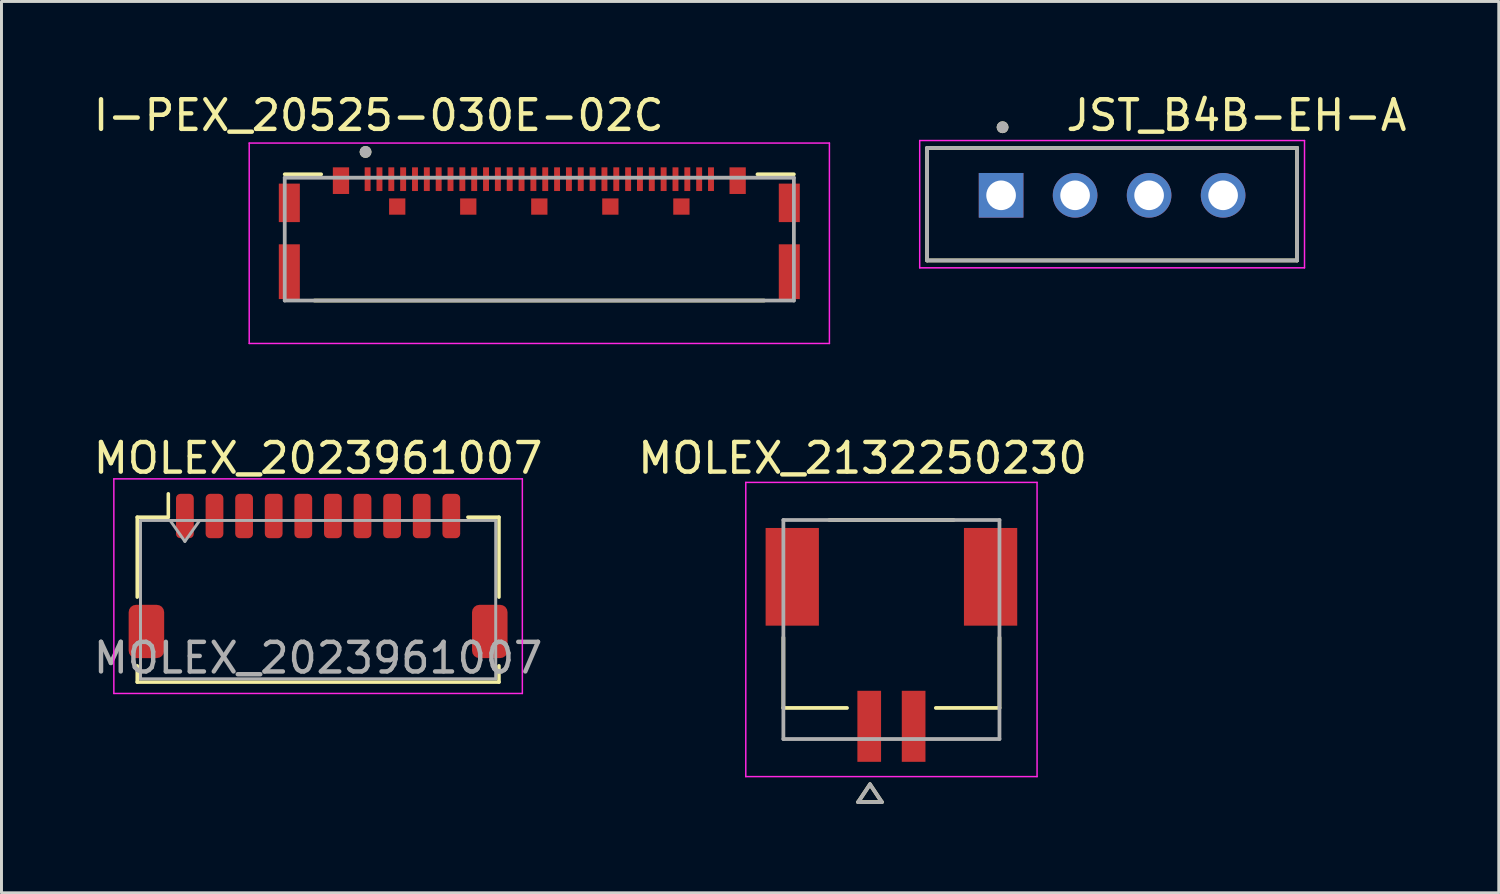
<source format=kicad_pcb>
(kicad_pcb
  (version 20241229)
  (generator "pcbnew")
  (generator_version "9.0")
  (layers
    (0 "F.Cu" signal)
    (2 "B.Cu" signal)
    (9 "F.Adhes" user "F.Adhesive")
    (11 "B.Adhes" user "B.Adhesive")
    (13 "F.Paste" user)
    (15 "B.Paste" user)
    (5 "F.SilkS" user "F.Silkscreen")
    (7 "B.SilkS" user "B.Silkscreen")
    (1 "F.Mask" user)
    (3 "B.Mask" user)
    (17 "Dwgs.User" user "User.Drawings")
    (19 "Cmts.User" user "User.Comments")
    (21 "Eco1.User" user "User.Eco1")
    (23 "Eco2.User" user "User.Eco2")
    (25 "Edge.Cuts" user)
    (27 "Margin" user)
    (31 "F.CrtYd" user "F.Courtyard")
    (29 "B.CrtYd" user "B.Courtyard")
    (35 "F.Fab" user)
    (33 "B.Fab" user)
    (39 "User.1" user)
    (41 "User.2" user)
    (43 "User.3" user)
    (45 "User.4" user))
  (footprint "MOLEX_2132250230"
    (layer "F.Cu")
    (at 27.064 18.216)
    (property "Reference" "MOLEX_2132250230" (at -0.975 -5.79 0) (layer "F.SilkS") (effects (font (size 1 1) (thickness 0.15))))
    (attr smd)
    (fp_poly (pts (xy -4.326 -3.506) (xy -2.374 -3.506) (xy -2.374 -0.054) (xy -4.326 -0.054)) (stroke (width 0.01) (type solid)) (fill yes) (layer "F.Mask"))
    (fp_poly (pts (xy -1.226 1.994) (xy -0.274 1.994) (xy -0.274 4.546) (xy -1.226 4.546)) (stroke (width 0.01) (type solid)) (fill yes) (layer "F.Mask"))
    (fp_poly (pts (xy 0.274 1.994) (xy 1.226 1.994) (xy 1.226 4.546) (xy 0.274 4.546)) (stroke (width 0.01) (type solid)) (fill yes) (layer "F.Mask"))
    (fp_poly (pts (xy 2.374 -3.506) (xy 4.326 -3.506) (xy 4.326 -0.054) (xy 2.374 -0.054)) (stroke (width 0.01) (type solid)) (fill yes) (layer "F.Mask"))
    (fp_line (start -3.65 0.27) (end -3.65 2.65) (stroke (width 0.127) (type solid)) (layer "F.SilkS"))
    (fp_line (start -3.65 2.65) (end -1.5 2.65) (stroke (width 0.127) (type solid)) (layer "F.SilkS"))
    (fp_line (start -1.124 5.83) (end -0.324 5.83) (stroke (width 0.127) (type solid)) (layer "F.SilkS"))
    (fp_line (start -0.724 5.23) (end -1.124 5.83) (stroke (width 0.127) (type solid)) (layer "F.SilkS"))
    (fp_line (start -0.324 5.83) (end -0.724 5.23) (stroke (width 0.127) (type solid)) (layer "F.SilkS"))
    (fp_line (start 1.5 2.65) (end 3.65 2.65) (stroke (width 0.127) (type solid)) (layer "F.SilkS"))
    (fp_line (start 2.1 -3.7) (end -2.1 -3.7) (stroke (width 0.127) (type solid)) (layer "F.SilkS"))
    (fp_line (start 3.65 0.27) (end 3.65 2.65) (stroke (width 0.127) (type solid)) (layer "F.SilkS"))
    (fp_line (start -4.92 -4.97) (end -4.92 4.97) (stroke (width 0.05) (type solid)) (layer "F.CrtYd"))
    (fp_line (start -4.92 4.97) (end 4.92 4.97) (stroke (width 0.05) (type solid)) (layer "F.CrtYd"))
    (fp_line (start 4.92 -4.97) (end -4.92 -4.97) (stroke (width 0.05) (type solid)) (layer "F.CrtYd"))
    (fp_line (start 4.92 4.97) (end 4.92 -4.97) (stroke (width 0.05) (type solid)) (layer "F.CrtYd"))
    (fp_line (start -3.65 -3.7) (end -3.65 3.7) (stroke (width 0.127) (type solid)) (layer "F.Fab"))
    (fp_line (start -3.65 3.7) (end 3.65 3.7) (stroke (width 0.127) (type solid)) (layer "F.Fab"))
    (fp_line (start -1.124 5.83) (end -0.324 5.83) (stroke (width 0.127) (type solid)) (layer "F.Fab"))
    (fp_line (start -0.724 5.23) (end -1.124 5.83) (stroke (width 0.127) (type solid)) (layer "F.Fab"))
    (fp_line (start -0.324 5.83) (end -0.724 5.23) (stroke (width 0.127) (type solid)) (layer "F.Fab"))
    (fp_line (start 3.65 -3.7) (end -3.65 -3.7) (stroke (width 0.127) (type solid)) (layer "F.Fab"))
    (fp_line (start 3.65 3.7) (end 3.65 -3.7) (stroke (width 0.127) (type solid)) (layer "F.Fab"))
    (pad "1" smd rect (at -0.75 3.27) (size 0.8 2.4) (layers "F.Cu" "F.Paste"))
    (pad "2" smd rect (at 0.75 3.27) (size 0.8 2.4) (layers "F.Cu" "F.Paste"))
    (pad "S" smd rect (at -3.35 -1.78) (size 1.8 3.3) (layers "F.Cu" "F.Paste"))
    (pad "S" smd rect (at 3.35 -1.78) (size 1.8 3.3) (layers "F.Cu" "F.Paste"))
    (zone (net_name "") (layer "F.Cu") (hatch full 0.508) (connect_pads) (min_thickness 0.01) (filled_areas_thickness no) (keepout (tracks allowed) (vias not_allowed) (pads not_allowed) (copperpour not_allowed) (footprints allowed)) (placement (enabled no)) (fill) (polygon (pts (xy 24.614 14.267) (xy 26.664 14.267) (xy 26.664 16.317) (xy 24.614 16.317))))
    (zone (net_name "") (layer "F.Cu") (hatch full 0.508) (connect_pads) (min_thickness 0.01) (filled_areas_thickness no) (keepout (tracks allowed) (vias not_allowed) (pads not_allowed) (copperpour not_allowed) (footprints allowed)) (placement (enabled no)) (fill) (polygon (pts (xy 26.154 14.267) (xy 27.974 14.267) (xy 27.974 16.826) (xy 26.154 16.826))))
    (zone (net_name "") (layer "F.Cu") (hatch full 0.508) (connect_pads) (min_thickness 0.01) (filled_areas_thickness no) (keepout (tracks allowed) (vias not_allowed) (pads not_allowed) (copperpour not_allowed) (footprints allowed)) (placement (enabled no)) (fill) (polygon (pts (xy 27.464 14.267) (xy 29.514 14.267) (xy 29.514 16.317) (xy 27.464 16.317))))
    (zone (net_name "") (layer "F.Cu") (hatch full 0.508) (connect_pads) (min_thickness 0.01) (filled_areas_thickness no) (keepout (tracks allowed) (vias not_allowed) (pads not_allowed) (copperpour not_allowed) (footprints allowed)) (placement (enabled no)) (fill) (polygon (pts (xy 23.014 19.137) (xy 31.114 19.137) (xy 31.114 21.736) (xy 28.224 21.736) (xy 28.224 20.276) (xy 27.404 20.276) (xy 27.404 21.736) (xy 26.724 21.736) (xy 26.724 20.276) (xy 25.904 20.276) (xy 25.904 21.736) (xy 23.014 21.736)))))
  (footprint "I-PEX_20525-030E-02C"
    (layer "F.Cu")
    (at 15.169 4.483)
    (property "Reference" "I-PEX_20525-030E-02C" (at -5.425 -3.635 0) (layer "F.SilkS") (effects (font (size 1 1) (thickness 0.15))))
    (attr smd allow_soldermask_bridges)
    (fp_line (start -8.6 -1.645) (end -7.37 -1.645) (stroke (width 0.127) (type solid)) (layer "F.SilkS"))
    (fp_line (start -7.595 2.62) (end 7.595 2.62) (stroke (width 0.127) (type solid)) (layer "F.SilkS"))
    (fp_line (start 7.37 -1.645) (end 8.6 -1.645) (stroke (width 0.127) (type solid)) (layer "F.SilkS"))
    (fp_circle (center -5.87 -2.4) (end -5.77 -2.4) (stroke (width 0.2) (type solid)) (fill no) (layer "F.SilkS"))
    (fp_line (start -9.8 -2.7) (end 9.8 -2.7) (stroke (width 0.05) (type solid)) (layer "F.CrtYd"))
    (fp_line (start -9.8 4.07) (end -9.8 -2.7) (stroke (width 0.05) (type solid)) (layer "F.CrtYd"))
    (fp_line (start 9.8 -2.7) (end 9.8 4.07) (stroke (width 0.05) (type solid)) (layer "F.CrtYd"))
    (fp_line (start 9.8 4.07) (end -9.8 4.07) (stroke (width 0.05) (type solid)) (layer "F.CrtYd"))
    (fp_line (start -8.6 -1.53) (end 8.6 -1.53) (stroke (width 0.127) (type solid)) (layer "F.Fab"))
    (fp_line (start -8.6 2.62) (end -8.6 -1.53) (stroke (width 0.127) (type solid)) (layer "F.Fab"))
    (fp_line (start 8.6 -1.53) (end 8.6 2.62) (stroke (width 0.127) (type solid)) (layer "F.Fab"))
    (fp_line (start 8.6 2.62) (end -8.6 2.62) (stroke (width 0.127) (type solid)) (layer "F.Fab"))
    (fp_circle (center -5.87 -2.4) (end -5.77 -2.4) (stroke (width 0.2) (type solid)) (fill no) (layer "F.Fab"))
    (pad "1" smd rect (at -5.8 -1.48) (size 0.2 0.8) (layers "F.Cu" "F.Mask" "F.Paste"))
    (pad "2" smd rect (at -5.4 -1.48) (size 0.2 0.8) (layers "F.Cu" "F.Mask" "F.Paste"))
    (pad "3" smd rect (at -5 -1.48) (size 0.2 0.8) (layers "F.Cu" "F.Mask" "F.Paste"))
    (pad "4" smd rect (at -4.6 -1.48) (size 0.2 0.8) (layers "F.Cu" "F.Mask" "F.Paste"))
    (pad "5" smd rect (at -4.2 -1.48) (size 0.2 0.8) (layers "F.Cu" "F.Mask" "F.Paste"))
    (pad "6" smd rect (at -3.8 -1.48) (size 0.2 0.8) (layers "F.Cu" "F.Mask" "F.Paste"))
    (pad "7" smd rect (at -3.4 -1.48) (size 0.2 0.8) (layers "F.Cu" "F.Mask" "F.Paste"))
    (pad "8" smd rect (at -3 -1.48) (size 0.2 0.8) (layers "F.Cu" "F.Mask" "F.Paste"))
    (pad "9" smd rect (at -2.6 -1.48) (size 0.2 0.8) (layers "F.Cu" "F.Mask" "F.Paste"))
    (pad "10" smd rect (at -2.2 -1.48) (size 0.2 0.8) (layers "F.Cu" "F.Mask" "F.Paste"))
    (pad "11" smd rect (at -1.8 -1.48) (size 0.2 0.8) (layers "F.Cu" "F.Mask" "F.Paste"))
    (pad "12" smd rect (at -1.4 -1.48) (size 0.2 0.8) (layers "F.Cu" "F.Mask" "F.Paste"))
    (pad "13" smd rect (at -1 -1.48) (size 0.2 0.8) (layers "F.Cu" "F.Mask" "F.Paste"))
    (pad "14" smd rect (at -0.6 -1.48) (size 0.2 0.8) (layers "F.Cu" "F.Mask" "F.Paste"))
    (pad "15" smd rect (at -0.2 -1.48) (size 0.2 0.8) (layers "F.Cu" "F.Mask" "F.Paste"))
    (pad "16" smd rect (at 0.2 -1.48) (size 0.2 0.8) (layers "F.Cu" "F.Mask" "F.Paste"))
    (pad "17" smd rect (at 0.6 -1.48) (size 0.2 0.8) (layers "F.Cu" "F.Mask" "F.Paste"))
    (pad "18" smd rect (at 1 -1.48) (size 0.2 0.8) (layers "F.Cu" "F.Mask" "F.Paste"))
    (pad "19" smd rect (at 1.4 -1.48) (size 0.2 0.8) (layers "F.Cu" "F.Mask" "F.Paste"))
    (pad "20" smd rect (at 1.8 -1.48) (size 0.2 0.8) (layers "F.Cu" "F.Mask" "F.Paste"))
    (pad "21" smd rect (at 2.2 -1.48) (size 0.2 0.8) (layers "F.Cu" "F.Mask" "F.Paste"))
    (pad "22" smd rect (at 2.6 -1.48) (size 0.2 0.8) (layers "F.Cu" "F.Mask" "F.Paste"))
    (pad "23" smd rect (at 3 -1.48) (size 0.2 0.8) (layers "F.Cu" "F.Mask" "F.Paste"))
    (pad "24" smd rect (at 3.4 -1.48) (size 0.2 0.8) (layers "F.Cu" "F.Mask" "F.Paste"))
    (pad "25" smd rect (at 3.8 -1.48) (size 0.2 0.8) (layers "F.Cu" "F.Mask" "F.Paste"))
    (pad "26" smd rect (at 4.2 -1.48) (size 0.2 0.8) (layers "F.Cu" "F.Mask" "F.Paste"))
    (pad "27" smd rect (at 4.6 -1.48) (size 0.2 0.8) (layers "F.Cu" "F.Mask" "F.Paste"))
    (pad "28" smd rect (at 5 -1.48) (size 0.2 0.8) (layers "F.Cu" "F.Mask" "F.Paste"))
    (pad "29" smd rect (at 5.4 -1.48) (size 0.2 0.8) (layers "F.Cu" "F.Mask" "F.Paste"))
    (pad "30" smd rect (at 5.8 -1.48) (size 0.2 0.8) (layers "F.Cu" "F.Mask" "F.Paste"))
    (pad "S" smd rect (at -8.445 -0.68) (size 0.71 1.3) (layers "F.Cu" "F.Mask" "F.Paste"))
    (pad "S" smd rect (at -8.445 1.645) (size 0.71 1.85) (layers "F.Cu" "F.Mask" "F.Paste"))
    (pad "S" smd rect (at -6.7 -1.43) (size 0.55 0.9) (layers "F.Cu" "F.Mask" "F.Paste"))
    (pad "S" smd rect (at -4.8 -0.555) (size 0.55 0.55) (layers "F.Cu" "F.Mask" "F.Paste"))
    (pad "S" smd rect (at -2.4 -0.555) (size 0.55 0.55) (layers "F.Cu" "F.Mask" "F.Paste"))
    (pad "S" smd rect (at 0 -0.555) (size 0.55 0.55) (layers "F.Cu" "F.Mask" "F.Paste"))
    (pad "S" smd rect (at 2.4 -0.555) (size 0.55 0.55) (layers "F.Cu" "F.Mask" "F.Paste"))
    (pad "S" smd rect (at 4.8 -0.555) (size 0.55 0.55) (layers "F.Cu" "F.Mask" "F.Paste"))
    (pad "S" smd rect (at 6.7 -1.43) (size 0.55 0.9) (layers "F.Cu" "F.Mask" "F.Paste"))
    (pad "S" smd rect (at 8.445 -0.68) (size 0.71 1.3) (layers "F.Cu" "F.Mask" "F.Paste"))
    (pad "S" smd rect (at 8.445 1.645) (size 0.71 1.85) (layers "F.Cu" "F.Mask" "F.Paste"))
    (zone (net_name "") (layer "F.Cu") (hatch full 0.508) (connect_pads) (min_thickness 0.01) (filled_areas_thickness no) (keepout (tracks allowed) (vias not_allowed) (pads not_allowed) (copperpour not_allowed) (footprints allowed)) (placement (enabled no)) (fill) (polygon (pts (xy 7.079 7.063) (xy 7.079 5.193) (xy 6.369 5.193) (xy 6.369 4.463) (xy 7.089 4.463) (xy 7.089 3.153) (xy 8.179 3.153) (xy 8.179 3.513) (xy 8.739 3.513) (xy 8.739 3.653) (xy 10.079 3.653) (xy 10.079 4.213) (xy 10.659 4.213) (xy 10.659 3.653) (xy 12.479 3.653) (xy 12.479 4.213) (xy 13.059 4.213) (xy 13.059 3.653) (xy 14.879 3.653) (xy 14.879 4.213) (xy 15.459 4.213) (xy 15.459 3.653) (xy 17.279 3.653) (xy 17.279 4.213) (xy 17.859 4.213) (xy 17.859 3.653) (xy 19.679 3.653) (xy 19.679 4.213) (xy 20.259 4.213) (xy 20.259 3.653) (xy 21.599 3.653) (xy 21.599 3.513) (xy 22.159 3.513) (xy 22.159 3.153) (xy 23.249 3.153) (xy 23.249 4.463) (xy 23.969 4.463) (xy 23.969 5.193) (xy 23.249 5.193) (xy 23.249 7.063) (xy 23.969 7.063) (xy 23.969 8.553) (xy 6.369 8.553) (xy 6.369 7.063)))))
  (footprint "MOLEX_2023961007"
    (layer "F.Cu")
    (at 7.696 16.407)
    (property "Reference" "MOLEX_2023961007" (at 0 -3.98 0) (layer "F.SilkS") (effects (font (size 1 1) (thickness 0.15))))
    (attr smd)
    (fp_line (start -6.11 -1.985) (end -5.06 -1.985) (stroke (width 0.12) (type solid)) (layer "F.SilkS"))
    (fp_line (start -6.11 0.715) (end -6.11 -1.985) (stroke (width 0.12) (type solid)) (layer "F.SilkS"))
    (fp_line (start -6.11 3.035) (end -6.11 3.585) (stroke (width 0.12) (type solid)) (layer "F.SilkS"))
    (fp_line (start -6.11 3.585) (end 6.11 3.585) (stroke (width 0.12) (type solid)) (layer "F.SilkS"))
    (fp_line (start -5.06 -1.985) (end -5.06 -2.775) (stroke (width 0.12) (type solid)) (layer "F.SilkS"))
    (fp_line (start 6.11 -1.985) (end 5.06 -1.985) (stroke (width 0.12) (type solid)) (layer "F.SilkS"))
    (fp_line (start 6.11 0.715) (end 6.11 -1.985) (stroke (width 0.12) (type solid)) (layer "F.SilkS"))
    (fp_line (start 6.11 3.585) (end 6.11 3.035) (stroke (width 0.12) (type solid)) (layer "F.SilkS"))
    (fp_line (start -6.9 -3.28) (end -6.9 3.97) (stroke (width 0.05) (type solid)) (layer "F.CrtYd"))
    (fp_line (start -6.9 3.97) (end 6.9 3.97) (stroke (width 0.05) (type solid)) (layer "F.CrtYd"))
    (fp_line (start 6.9 -3.28) (end -6.9 -3.28) (stroke (width 0.05) (type solid)) (layer "F.CrtYd"))
    (fp_line (start 6.9 3.97) (end 6.9 -3.28) (stroke (width 0.05) (type solid)) (layer "F.CrtYd"))
    (fp_line (start -6 -1.875) (end -6 3.475) (stroke (width 0.1) (type solid)) (layer "F.Fab"))
    (fp_line (start -6 -1.875) (end 6 -1.875) (stroke (width 0.1) (type solid)) (layer "F.Fab"))
    (fp_line (start -6 3.475) (end 6 3.475) (stroke (width 0.1) (type solid)) (layer "F.Fab"))
    (fp_line (start -5 -1.875) (end -4.5 -1.168) (stroke (width 0.1) (type solid)) (layer "F.Fab"))
    (fp_line (start -4.5 -1.168) (end -4 -1.875) (stroke (width 0.1) (type solid)) (layer "F.Fab"))
    (fp_line (start 6 -1.875) (end 6 3.475) (stroke (width 0.1) (type solid)) (layer "F.Fab"))
    (fp_text user "${REFERENCE}" (at 0 2.77 0) (layer "F.Fab") (effects (font (size 1 1) (thickness 0.15))))
    (pad "1" smd roundrect (at -4.5 -2.025) (size 0.6 1.5) (layers "F.Cu" "F.Mask" "F.Paste") (roundrect_rratio 0.25))
    (pad "2" smd roundrect (at -3.5 -2.025) (size 0.6 1.5) (layers "F.Cu" "F.Mask" "F.Paste") (roundrect_rratio 0.25))
    (pad "3" smd roundrect (at -2.5 -2.025) (size 0.6 1.5) (layers "F.Cu" "F.Mask" "F.Paste") (roundrect_rratio 0.25))
    (pad "4" smd roundrect (at -1.5 -2.025) (size 0.6 1.5) (layers "F.Cu" "F.Mask" "F.Paste") (roundrect_rratio 0.25))
    (pad "5" smd roundrect (at -0.5 -2.025) (size 0.6 1.5) (layers "F.Cu" "F.Mask" "F.Paste") (roundrect_rratio 0.25))
    (pad "6" smd roundrect (at 0.5 -2.025) (size 0.6 1.5) (layers "F.Cu" "F.Mask" "F.Paste") (roundrect_rratio 0.25))
    (pad "7" smd roundrect (at 1.5 -2.025) (size 0.6 1.5) (layers "F.Cu" "F.Mask" "F.Paste") (roundrect_rratio 0.25))
    (pad "8" smd roundrect (at 2.5 -2.025) (size 0.6 1.5) (layers "F.Cu" "F.Mask" "F.Paste") (roundrect_rratio 0.25))
    (pad "9" smd roundrect (at 3.5 -2.025) (size 0.6 1.5) (layers "F.Cu" "F.Mask" "F.Paste") (roundrect_rratio 0.25))
    (pad "10" smd roundrect (at 4.5 -2.025) (size 0.6 1.5) (layers "F.Cu" "F.Mask" "F.Paste") (roundrect_rratio 0.25))
    (pad "MP" smd roundrect (at -5.8 1.875) (size 1.2 1.8) (layers "F.Cu" "F.Mask" "F.Paste") (roundrect_rratio 0.208))
    (pad "MP" smd roundrect (at 5.8 1.875) (size 1.2 1.8) (layers "F.Cu" "F.Mask" "F.Paste") (roundrect_rratio 0.208)))
  (footprint "JST_B4B-EH-A"
    (layer "F.Cu")
    (at 34.519 3.548)
    (property "Reference" "JST_B4B-EH-A" (at 4.2 -2.7 0) (layer "F.SilkS") (effects (font (size 1 1) (thickness 0.15))))
    (attr through_hole)
    (fp_line (start -6.25 -1.6) (end 6.25 -1.6) (stroke (width 0.127) (type solid)) (layer "F.SilkS"))
    (fp_line (start -6.25 2.2) (end -6.25 -1.6) (stroke (width 0.127) (type solid)) (layer "F.SilkS"))
    (fp_line (start 6.25 -1.6) (end 6.25 2.2) (stroke (width 0.127) (type solid)) (layer "F.SilkS"))
    (fp_line (start 6.25 2.2) (end -6.25 2.2) (stroke (width 0.127) (type solid)) (layer "F.SilkS"))
    (fp_circle (center -3.7 -2.3) (end -3.6 -2.3) (stroke (width 0.2) (type solid)) (fill no) (layer "F.SilkS"))
    (fp_line (start -6.5 -1.85) (end 6.5 -1.85) (stroke (width 0.05) (type solid)) (layer "F.CrtYd"))
    (fp_line (start -6.5 2.45) (end -6.5 -1.85) (stroke (width 0.05) (type solid)) (layer "F.CrtYd"))
    (fp_line (start 6.5 -1.85) (end 6.5 2.45) (stroke (width 0.05) (type solid)) (layer "F.CrtYd"))
    (fp_line (start 6.5 2.45) (end -6.5 2.45) (stroke (width 0.05) (type solid)) (layer "F.CrtYd"))
    (fp_line (start -6.25 -1.6) (end 6.25 -1.6) (stroke (width 0.127) (type solid)) (layer "F.Fab"))
    (fp_line (start -6.25 2.2) (end -6.25 -1.6) (stroke (width 0.127) (type solid)) (layer "F.Fab"))
    (fp_line (start 6.25 -1.6) (end 6.25 2.2) (stroke (width 0.127) (type solid)) (layer "F.Fab"))
    (fp_line (start 6.25 2.2) (end -6.25 2.2) (stroke (width 0.127) (type solid)) (layer "F.Fab"))
    (fp_circle (center -3.7 -2.3) (end -3.6 -2.3) (stroke (width 0.2) (type solid)) (fill no) (layer "F.Fab"))
    (pad "1" thru_hole rect (at -3.75 0) (size 1.508 1.508) (drill 1) (layers "*.Cu" "*.Mask"))
    (pad "2" thru_hole circle (at -1.25 0) (size 1.508 1.508) (drill 1) (layers "*.Cu" "*.Mask"))
    (pad "3" thru_hole circle (at 1.25 0) (size 1.508 1.508) (drill 1) (layers "*.Cu" "*.Mask"))
    (pad "4" thru_hole circle (at 3.75 0) (size 1.508 1.508) (drill 1) (layers "*.Cu" "*.Mask")))
  (gr_rect
    (start -3 -3)
    (end 47.582 27.11)
    (stroke (width 0.1) (type default))
    (fill no)
    (layer "Edge.Cuts")))
</source>
